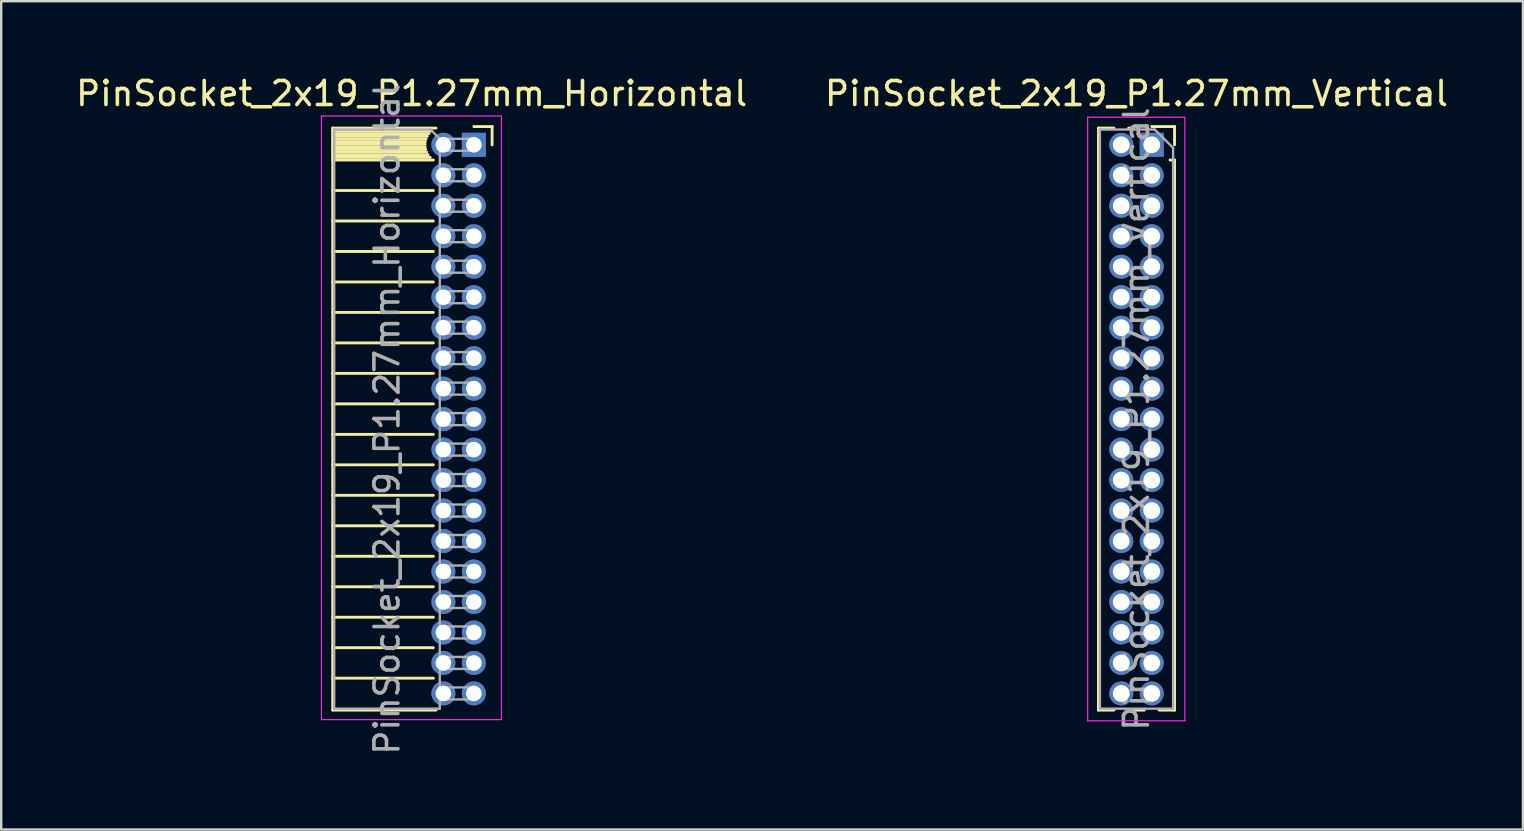
<source format=kicad_pcb>
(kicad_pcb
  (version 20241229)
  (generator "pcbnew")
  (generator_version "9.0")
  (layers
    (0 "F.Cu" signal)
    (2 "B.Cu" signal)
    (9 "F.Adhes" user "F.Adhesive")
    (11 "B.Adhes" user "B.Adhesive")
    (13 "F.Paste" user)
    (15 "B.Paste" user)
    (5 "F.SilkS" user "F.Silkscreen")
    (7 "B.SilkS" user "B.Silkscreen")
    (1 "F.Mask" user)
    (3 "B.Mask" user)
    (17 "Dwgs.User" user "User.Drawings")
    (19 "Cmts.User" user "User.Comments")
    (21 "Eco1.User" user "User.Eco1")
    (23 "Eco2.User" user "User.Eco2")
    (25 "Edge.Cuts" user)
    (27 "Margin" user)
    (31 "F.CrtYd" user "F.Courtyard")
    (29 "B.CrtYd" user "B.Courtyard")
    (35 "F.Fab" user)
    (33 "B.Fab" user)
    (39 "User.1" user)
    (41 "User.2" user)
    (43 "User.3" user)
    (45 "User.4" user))
  (footprint "PinSocket_2x19_P1.27mm_Vertical"
    (layer "F.Cu")
    (at 44.939 2.983)
    (property "Reference" "PinSocket_2x19_P1.27mm_Vertical" (at -0.635 -2.135 0) (layer "F.SilkS") (effects (font (size 1 1) (thickness 0.15))))
    (attr through_hole)
    (fp_line (start -2.22 -0.695) (end -2.22 23.555) (stroke (width 0.12) (type solid)) (layer "F.SilkS"))
    (fp_line (start -2.22 -0.695) (end -1.578 -0.695) (stroke (width 0.12) (type solid)) (layer "F.SilkS"))
    (fp_line (start -2.22 23.555) (end -1.578 23.555) (stroke (width 0.12) (type solid)) (layer "F.SilkS"))
    (fp_line (start -0.962 -0.695) (end -0.76 -0.695) (stroke (width 0.12) (type solid)) (layer "F.SilkS"))
    (fp_line (start -0.962 23.555) (end -0.308 23.555) (stroke (width 0.12) (type solid)) (layer "F.SilkS"))
    (fp_line (start 0 -0.76) (end 0.95 -0.76) (stroke (width 0.12) (type solid)) (layer "F.SilkS"))
    (fp_line (start 0.308 23.555) (end 0.95 23.555) (stroke (width 0.12) (type solid)) (layer "F.SilkS"))
    (fp_line (start 0.76 0.635) (end 0.95 0.635) (stroke (width 0.12) (type solid)) (layer "F.SilkS"))
    (fp_line (start 0.95 -0.76) (end 0.95 0) (stroke (width 0.12) (type solid)) (layer "F.SilkS"))
    (fp_line (start 0.95 0.635) (end 0.95 23.555) (stroke (width 0.12) (type solid)) (layer "F.SilkS"))
    (fp_line (start -2.67 -1.15) (end 1.38 -1.15) (stroke (width 0.05) (type solid)) (layer "F.CrtYd"))
    (fp_line (start -2.67 24) (end -2.67 -1.15) (stroke (width 0.05) (type solid)) (layer "F.CrtYd"))
    (fp_line (start 1.38 -1.15) (end 1.38 24) (stroke (width 0.05) (type solid)) (layer "F.CrtYd"))
    (fp_line (start 1.38 24) (end -2.67 24) (stroke (width 0.05) (type solid)) (layer "F.CrtYd"))
    (fp_line (start -2.16 -0.635) (end 0.128 -0.635) (stroke (width 0.1) (type solid)) (layer "F.Fab"))
    (fp_line (start -2.16 23.495) (end -2.16 -0.635) (stroke (width 0.1) (type solid)) (layer "F.Fab"))
    (fp_line (start 0.128 -0.635) (end 0.89 0.128) (stroke (width 0.1) (type solid)) (layer "F.Fab"))
    (fp_line (start 0.89 0.128) (end 0.89 23.495) (stroke (width 0.1) (type solid)) (layer "F.Fab"))
    (fp_line (start 0.89 23.495) (end -2.16 23.495) (stroke (width 0.1) (type solid)) (layer "F.Fab"))
    (fp_text user "${REFERENCE}" (at -0.635 11.43 90) (layer "F.Fab") (effects (font (size 1 1) (thickness 0.15))))
    (pad "1" thru_hole rect (at 0 0) (size 1 1) (drill 0.7) (layers "*.Cu" "*.Mask"))
    (pad "2" thru_hole oval (at -1.27 0) (size 1 1) (drill 0.7) (layers "*.Cu" "*.Mask"))
    (pad "3" thru_hole oval (at 0 1.27) (size 1 1) (drill 0.7) (layers "*.Cu" "*.Mask"))
    (pad "4" thru_hole oval (at -1.27 1.27) (size 1 1) (drill 0.7) (layers "*.Cu" "*.Mask"))
    (pad "5" thru_hole oval (at 0 2.54) (size 1 1) (drill 0.7) (layers "*.Cu" "*.Mask"))
    (pad "6" thru_hole oval (at -1.27 2.54) (size 1 1) (drill 0.7) (layers "*.Cu" "*.Mask"))
    (pad "7" thru_hole oval (at 0 3.81) (size 1 1) (drill 0.7) (layers "*.Cu" "*.Mask"))
    (pad "8" thru_hole oval (at -1.27 3.81) (size 1 1) (drill 0.7) (layers "*.Cu" "*.Mask"))
    (pad "9" thru_hole oval (at 0 5.08) (size 1 1) (drill 0.7) (layers "*.Cu" "*.Mask"))
    (pad "10" thru_hole oval (at -1.27 5.08) (size 1 1) (drill 0.7) (layers "*.Cu" "*.Mask"))
    (pad "11" thru_hole oval (at 0 6.35) (size 1 1) (drill 0.7) (layers "*.Cu" "*.Mask"))
    (pad "12" thru_hole oval (at -1.27 6.35) (size 1 1) (drill 0.7) (layers "*.Cu" "*.Mask"))
    (pad "13" thru_hole oval (at 0 7.62) (size 1 1) (drill 0.7) (layers "*.Cu" "*.Mask"))
    (pad "14" thru_hole oval (at -1.27 7.62) (size 1 1) (drill 0.7) (layers "*.Cu" "*.Mask"))
    (pad "15" thru_hole oval (at 0 8.89) (size 1 1) (drill 0.7) (layers "*.Cu" "*.Mask"))
    (pad "16" thru_hole oval (at -1.27 8.89) (size 1 1) (drill 0.7) (layers "*.Cu" "*.Mask"))
    (pad "17" thru_hole oval (at 0 10.16) (size 1 1) (drill 0.7) (layers "*.Cu" "*.Mask"))
    (pad "18" thru_hole oval (at -1.27 10.16) (size 1 1) (drill 0.7) (layers "*.Cu" "*.Mask"))
    (pad "19" thru_hole oval (at 0 11.43) (size 1 1) (drill 0.7) (layers "*.Cu" "*.Mask"))
    (pad "20" thru_hole oval (at -1.27 11.43) (size 1 1) (drill 0.7) (layers "*.Cu" "*.Mask"))
    (pad "21" thru_hole oval (at 0 12.7) (size 1 1) (drill 0.7) (layers "*.Cu" "*.Mask"))
    (pad "22" thru_hole oval (at -1.27 12.7) (size 1 1) (drill 0.7) (layers "*.Cu" "*.Mask"))
    (pad "23" thru_hole oval (at 0 13.97) (size 1 1) (drill 0.7) (layers "*.Cu" "*.Mask"))
    (pad "24" thru_hole oval (at -1.27 13.97) (size 1 1) (drill 0.7) (layers "*.Cu" "*.Mask"))
    (pad "25" thru_hole oval (at 0 15.24) (size 1 1) (drill 0.7) (layers "*.Cu" "*.Mask"))
    (pad "26" thru_hole oval (at -1.27 15.24) (size 1 1) (drill 0.7) (layers "*.Cu" "*.Mask"))
    (pad "27" thru_hole oval (at 0 16.51) (size 1 1) (drill 0.7) (layers "*.Cu" "*.Mask"))
    (pad "28" thru_hole oval (at -1.27 16.51) (size 1 1) (drill 0.7) (layers "*.Cu" "*.Mask"))
    (pad "29" thru_hole oval (at 0 17.78) (size 1 1) (drill 0.7) (layers "*.Cu" "*.Mask"))
    (pad "30" thru_hole oval (at -1.27 17.78) (size 1 1) (drill 0.7) (layers "*.Cu" "*.Mask"))
    (pad "31" thru_hole oval (at 0 19.05) (size 1 1) (drill 0.7) (layers "*.Cu" "*.Mask"))
    (pad "32" thru_hole oval (at -1.27 19.05) (size 1 1) (drill 0.7) (layers "*.Cu" "*.Mask"))
    (pad "33" thru_hole oval (at 0 20.32) (size 1 1) (drill 0.7) (layers "*.Cu" "*.Mask"))
    (pad "34" thru_hole oval (at -1.27 20.32) (size 1 1) (drill 0.7) (layers "*.Cu" "*.Mask"))
    (pad "35" thru_hole oval (at 0 21.59) (size 1 1) (drill 0.7) (layers "*.Cu" "*.Mask"))
    (pad "36" thru_hole oval (at -1.27 21.59) (size 1 1) (drill 0.7) (layers "*.Cu" "*.Mask"))
    (pad "37" thru_hole oval (at 0 22.86) (size 1 1) (drill 0.7) (layers "*.Cu" "*.Mask"))
    (pad "38" thru_hole oval (at -1.27 22.86) (size 1 1) (drill 0.7) (layers "*.Cu" "*.Mask")))
  (footprint "PinSocket_2x19_P1.27mm_Horizontal"
    (layer "F.Cu")
    (at 16.694 2.983)
    (property "Reference" "PinSocket_2x19_P1.27mm_Horizontal" (at -2.592 -2.135 0) (layer "F.SilkS") (effects (font (size 1 1) (thickness 0.15))))
    (attr through_hole)
    (fp_line (start -5.88 -0.695) (end -5.88 23.555) (stroke (width 0.12) (type solid)) (layer "F.SilkS"))
    (fp_line (start -5.88 -0.695) (end -1.578 -0.695) (stroke (width 0.12) (type solid)) (layer "F.SilkS"))
    (fp_line (start -5.88 -0.575) (end -1.767 -0.575) (stroke (width 0.12) (type solid)) (layer "F.SilkS"))
    (fp_line (start -5.88 -0.465) (end -1.871 -0.465) (stroke (width 0.12) (type solid)) (layer "F.SilkS"))
    (fp_line (start -5.88 -0.355) (end -1.942 -0.355) (stroke (width 0.12) (type solid)) (layer "F.SilkS"))
    (fp_line (start -5.88 -0.245) (end -1.989 -0.245) (stroke (width 0.12) (type solid)) (layer "F.SilkS"))
    (fp_line (start -5.88 -0.135) (end -2.018 -0.135) (stroke (width 0.12) (type solid)) (layer "F.SilkS"))
    (fp_line (start -5.88 -0.025) (end -2.03 -0.025) (stroke (width 0.12) (type solid)) (layer "F.SilkS"))
    (fp_line (start -5.88 0.085) (end -2.025 0.085) (stroke (width 0.12) (type solid)) (layer "F.SilkS"))
    (fp_line (start -5.88 0.195) (end -2.005 0.195) (stroke (width 0.12) (type solid)) (layer "F.SilkS"))
    (fp_line (start -5.88 0.305) (end -1.966 0.305) (stroke (width 0.12) (type solid)) (layer "F.SilkS"))
    (fp_line (start -5.88 0.415) (end -1.907 0.415) (stroke (width 0.12) (type solid)) (layer "F.SilkS"))
    (fp_line (start -5.88 0.525) (end -1.82 0.525) (stroke (width 0.12) (type solid)) (layer "F.SilkS"))
    (fp_line (start -5.88 0.635) (end -1.688 0.635) (stroke (width 0.12) (type solid)) (layer "F.SilkS"))
    (fp_line (start -5.88 1.905) (end -1.688 1.905) (stroke (width 0.12) (type solid)) (layer "F.SilkS"))
    (fp_line (start -5.88 3.175) (end -1.688 3.175) (stroke (width 0.12) (type solid)) (layer "F.SilkS"))
    (fp_line (start -5.88 4.445) (end -1.688 4.445) (stroke (width 0.12) (type solid)) (layer "F.SilkS"))
    (fp_line (start -5.88 5.715) (end -1.688 5.715) (stroke (width 0.12) (type solid)) (layer "F.SilkS"))
    (fp_line (start -5.88 6.985) (end -1.688 6.985) (stroke (width 0.12) (type solid)) (layer "F.SilkS"))
    (fp_line (start -5.88 8.255) (end -1.688 8.255) (stroke (width 0.12) (type solid)) (layer "F.SilkS"))
    (fp_line (start -5.88 9.525) (end -1.688 9.525) (stroke (width 0.12) (type solid)) (layer "F.SilkS"))
    (fp_line (start -5.88 10.795) (end -1.688 10.795) (stroke (width 0.12) (type solid)) (layer "F.SilkS"))
    (fp_line (start -5.88 12.065) (end -1.688 12.065) (stroke (width 0.12) (type solid)) (layer "F.SilkS"))
    (fp_line (start -5.88 13.335) (end -1.688 13.335) (stroke (width 0.12) (type solid)) (layer "F.SilkS"))
    (fp_line (start -5.88 14.605) (end -1.688 14.605) (stroke (width 0.12) (type solid)) (layer "F.SilkS"))
    (fp_line (start -5.88 15.875) (end -1.688 15.875) (stroke (width 0.12) (type solid)) (layer "F.SilkS"))
    (fp_line (start -5.88 17.145) (end -1.688 17.145) (stroke (width 0.12) (type solid)) (layer "F.SilkS"))
    (fp_line (start -5.88 18.415) (end -1.688 18.415) (stroke (width 0.12) (type solid)) (layer "F.SilkS"))
    (fp_line (start -5.88 19.685) (end -1.688 19.685) (stroke (width 0.12) (type solid)) (layer "F.SilkS"))
    (fp_line (start -5.88 20.955) (end -1.688 20.955) (stroke (width 0.12) (type solid)) (layer "F.SilkS"))
    (fp_line (start -5.88 22.225) (end -1.688 22.225) (stroke (width 0.12) (type solid)) (layer "F.SilkS"))
    (fp_line (start -5.88 23.555) (end -1.578 23.555) (stroke (width 0.12) (type solid)) (layer "F.SilkS"))
    (fp_line (start 0 -0.76) (end 0.76 -0.76) (stroke (width 0.12) (type solid)) (layer "F.SilkS"))
    (fp_line (start 0.76 -0.76) (end 0.76 0) (stroke (width 0.12) (type solid)) (layer "F.SilkS"))
    (fp_line (start -6.35 -1.2) (end -6.35 23.95) (stroke (width 0.05) (type solid)) (layer "F.CrtYd"))
    (fp_line (start -6.35 23.95) (end 1.15 23.95) (stroke (width 0.05) (type solid)) (layer "F.CrtYd"))
    (fp_line (start 1.15 -1.2) (end -6.35 -1.2) (stroke (width 0.05) (type solid)) (layer "F.CrtYd"))
    (fp_line (start 1.15 23.95) (end 1.15 -1.2) (stroke (width 0.05) (type solid)) (layer "F.CrtYd"))
    (fp_line (start -5.82 -0.635) (end -1.805 -0.635) (stroke (width 0.1) (type solid)) (layer "F.Fab"))
    (fp_line (start -5.82 23.495) (end -5.82 -0.635) (stroke (width 0.1) (type solid)) (layer "F.Fab"))
    (fp_line (start -1.805 -0.635) (end -1.42 -0.25) (stroke (width 0.1) (type solid)) (layer "F.Fab"))
    (fp_line (start -1.42 -0.25) (end -1.42 23.495) (stroke (width 0.1) (type solid)) (layer "F.Fab"))
    (fp_line (start -1.42 0.25) (end 0 0.25) (stroke (width 0.1) (type solid)) (layer "F.Fab"))
    (fp_line (start -1.42 1.52) (end 0 1.52) (stroke (width 0.1) (type solid)) (layer "F.Fab"))
    (fp_line (start -1.42 2.79) (end 0 2.79) (stroke (width 0.1) (type solid)) (layer "F.Fab"))
    (fp_line (start -1.42 4.06) (end 0 4.06) (stroke (width 0.1) (type solid)) (layer "F.Fab"))
    (fp_line (start -1.42 5.33) (end 0 5.33) (stroke (width 0.1) (type solid)) (layer "F.Fab"))
    (fp_line (start -1.42 6.6) (end 0 6.6) (stroke (width 0.1) (type solid)) (layer "F.Fab"))
    (fp_line (start -1.42 7.87) (end 0 7.87) (stroke (width 0.1) (type solid)) (layer "F.Fab"))
    (fp_line (start -1.42 9.14) (end 0 9.14) (stroke (width 0.1) (type solid)) (layer "F.Fab"))
    (fp_line (start -1.42 10.41) (end 0 10.41) (stroke (width 0.1) (type solid)) (layer "F.Fab"))
    (fp_line (start -1.42 11.68) (end 0 11.68) (stroke (width 0.1) (type solid)) (layer "F.Fab"))
    (fp_line (start -1.42 12.95) (end 0 12.95) (stroke (width 0.1) (type solid)) (layer "F.Fab"))
    (fp_line (start -1.42 14.22) (end 0 14.22) (stroke (width 0.1) (type solid)) (layer "F.Fab"))
    (fp_line (start -1.42 15.49) (end 0 15.49) (stroke (width 0.1) (type solid)) (layer "F.Fab"))
    (fp_line (start -1.42 16.76) (end 0 16.76) (stroke (width 0.1) (type solid)) (layer "F.Fab"))
    (fp_line (start -1.42 18.03) (end 0 18.03) (stroke (width 0.1) (type solid)) (layer "F.Fab"))
    (fp_line (start -1.42 19.3) (end 0 19.3) (stroke (width 0.1) (type solid)) (layer "F.Fab"))
    (fp_line (start -1.42 20.57) (end 0 20.57) (stroke (width 0.1) (type solid)) (layer "F.Fab"))
    (fp_line (start -1.42 21.84) (end 0 21.84) (stroke (width 0.1) (type solid)) (layer "F.Fab"))
    (fp_line (start -1.42 23.11) (end 0 23.11) (stroke (width 0.1) (type solid)) (layer "F.Fab"))
    (fp_line (start -1.42 23.495) (end -5.82 23.495) (stroke (width 0.1) (type solid)) (layer "F.Fab"))
    (fp_line (start 0 -0.25) (end -1.42 -0.25) (stroke (width 0.1) (type solid)) (layer "F.Fab"))
    (fp_line (start 0 0.25) (end 0 -0.25) (stroke (width 0.1) (type solid)) (layer "F.Fab"))
    (fp_line (start 0 1.02) (end -1.42 1.02) (stroke (width 0.1) (type solid)) (layer "F.Fab"))
    (fp_line (start 0 1.52) (end 0 1.02) (stroke (width 0.1) (type solid)) (layer "F.Fab"))
    (fp_line (start 0 2.29) (end -1.42 2.29) (stroke (width 0.1) (type solid)) (layer "F.Fab"))
    (fp_line (start 0 2.79) (end 0 2.29) (stroke (width 0.1) (type solid)) (layer "F.Fab"))
    (fp_line (start 0 3.56) (end -1.42 3.56) (stroke (width 0.1) (type solid)) (layer "F.Fab"))
    (fp_line (start 0 4.06) (end 0 3.56) (stroke (width 0.1) (type solid)) (layer "F.Fab"))
    (fp_line (start 0 4.83) (end -1.42 4.83) (stroke (width 0.1) (type solid)) (layer "F.Fab"))
    (fp_line (start 0 5.33) (end 0 4.83) (stroke (width 0.1) (type solid)) (layer "F.Fab"))
    (fp_line (start 0 6.1) (end -1.42 6.1) (stroke (width 0.1) (type solid)) (layer "F.Fab"))
    (fp_line (start 0 6.6) (end 0 6.1) (stroke (width 0.1) (type solid)) (layer "F.Fab"))
    (fp_line (start 0 7.37) (end -1.42 7.37) (stroke (width 0.1) (type solid)) (layer "F.Fab"))
    (fp_line (start 0 7.87) (end 0 7.37) (stroke (width 0.1) (type solid)) (layer "F.Fab"))
    (fp_line (start 0 8.64) (end -1.42 8.64) (stroke (width 0.1) (type solid)) (layer "F.Fab"))
    (fp_line (start 0 9.14) (end 0 8.64) (stroke (width 0.1) (type solid)) (layer "F.Fab"))
    (fp_line (start 0 9.91) (end -1.42 9.91) (stroke (width 0.1) (type solid)) (layer "F.Fab"))
    (fp_line (start 0 10.41) (end 0 9.91) (stroke (width 0.1) (type solid)) (layer "F.Fab"))
    (fp_line (start 0 11.18) (end -1.42 11.18) (stroke (width 0.1) (type solid)) (layer "F.Fab"))
    (fp_line (start 0 11.68) (end 0 11.18) (stroke (width 0.1) (type solid)) (layer "F.Fab"))
    (fp_line (start 0 12.45) (end -1.42 12.45) (stroke (width 0.1) (type solid)) (layer "F.Fab"))
    (fp_line (start 0 12.95) (end 0 12.45) (stroke (width 0.1) (type solid)) (layer "F.Fab"))
    (fp_line (start 0 13.72) (end -1.42 13.72) (stroke (width 0.1) (type solid)) (layer "F.Fab"))
    (fp_line (start 0 14.22) (end 0 13.72) (stroke (width 0.1) (type solid)) (layer "F.Fab"))
    (fp_line (start 0 14.99) (end -1.42 14.99) (stroke (width 0.1) (type solid)) (layer "F.Fab"))
    (fp_line (start 0 15.49) (end 0 14.99) (stroke (width 0.1) (type solid)) (layer "F.Fab"))
    (fp_line (start 0 16.26) (end -1.42 16.26) (stroke (width 0.1) (type solid)) (layer "F.Fab"))
    (fp_line (start 0 16.76) (end 0 16.26) (stroke (width 0.1) (type solid)) (layer "F.Fab"))
    (fp_line (start 0 17.53) (end -1.42 17.53) (stroke (width 0.1) (type solid)) (layer "F.Fab"))
    (fp_line (start 0 18.03) (end 0 17.53) (stroke (width 0.1) (type solid)) (layer "F.Fab"))
    (fp_line (start 0 18.8) (end -1.42 18.8) (stroke (width 0.1) (type solid)) (layer "F.Fab"))
    (fp_line (start 0 19.3) (end 0 18.8) (stroke (width 0.1) (type solid)) (layer "F.Fab"))
    (fp_line (start 0 20.07) (end -1.42 20.07) (stroke (width 0.1) (type solid)) (layer "F.Fab"))
    (fp_line (start 0 20.57) (end 0 20.07) (stroke (width 0.1) (type solid)) (layer "F.Fab"))
    (fp_line (start 0 21.34) (end -1.42 21.34) (stroke (width 0.1) (type solid)) (layer "F.Fab"))
    (fp_line (start 0 21.84) (end 0 21.34) (stroke (width 0.1) (type solid)) (layer "F.Fab"))
    (fp_line (start 0 22.61) (end -1.42 22.61) (stroke (width 0.1) (type solid)) (layer "F.Fab"))
    (fp_line (start 0 23.11) (end 0 22.61) (stroke (width 0.1) (type solid)) (layer "F.Fab"))
    (fp_text user "${REFERENCE}" (at -3.62 11.43 90) (layer "F.Fab") (effects (font (size 1 1) (thickness 0.15))))
    (pad "1" thru_hole rect (at 0 0) (size 1 1) (drill 0.65) (layers "*.Cu" "*.Mask"))
    (pad "2" thru_hole oval (at -1.27 0) (size 1 1) (drill 0.65) (layers "*.Cu" "*.Mask"))
    (pad "3" thru_hole oval (at 0 1.27) (size 1 1) (drill 0.65) (layers "*.Cu" "*.Mask"))
    (pad "4" thru_hole oval (at -1.27 1.27) (size 1 1) (drill 0.65) (layers "*.Cu" "*.Mask"))
    (pad "5" thru_hole oval (at 0 2.54) (size 1 1) (drill 0.65) (layers "*.Cu" "*.Mask"))
    (pad "6" thru_hole oval (at -1.27 2.54) (size 1 1) (drill 0.65) (layers "*.Cu" "*.Mask"))
    (pad "7" thru_hole oval (at 0 3.81) (size 1 1) (drill 0.65) (layers "*.Cu" "*.Mask"))
    (pad "8" thru_hole oval (at -1.27 3.81) (size 1 1) (drill 0.65) (layers "*.Cu" "*.Mask"))
    (pad "9" thru_hole oval (at 0 5.08) (size 1 1) (drill 0.65) (layers "*.Cu" "*.Mask"))
    (pad "10" thru_hole oval (at -1.27 5.08) (size 1 1) (drill 0.65) (layers "*.Cu" "*.Mask"))
    (pad "11" thru_hole oval (at 0 6.35) (size 1 1) (drill 0.65) (layers "*.Cu" "*.Mask"))
    (pad "12" thru_hole oval (at -1.27 6.35) (size 1 1) (drill 0.65) (layers "*.Cu" "*.Mask"))
    (pad "13" thru_hole oval (at 0 7.62) (size 1 1) (drill 0.65) (layers "*.Cu" "*.Mask"))
    (pad "14" thru_hole oval (at -1.27 7.62) (size 1 1) (drill 0.65) (layers "*.Cu" "*.Mask"))
    (pad "15" thru_hole oval (at 0 8.89) (size 1 1) (drill 0.65) (layers "*.Cu" "*.Mask"))
    (pad "16" thru_hole oval (at -1.27 8.89) (size 1 1) (drill 0.65) (layers "*.Cu" "*.Mask"))
    (pad "17" thru_hole oval (at 0 10.16) (size 1 1) (drill 0.65) (layers "*.Cu" "*.Mask"))
    (pad "18" thru_hole oval (at -1.27 10.16) (size 1 1) (drill 0.65) (layers "*.Cu" "*.Mask"))
    (pad "19" thru_hole oval (at 0 11.43) (size 1 1) (drill 0.65) (layers "*.Cu" "*.Mask"))
    (pad "20" thru_hole oval (at -1.27 11.43) (size 1 1) (drill 0.65) (layers "*.Cu" "*.Mask"))
    (pad "21" thru_hole oval (at 0 12.7) (size 1 1) (drill 0.65) (layers "*.Cu" "*.Mask"))
    (pad "22" thru_hole oval (at -1.27 12.7) (size 1 1) (drill 0.65) (layers "*.Cu" "*.Mask"))
    (pad "23" thru_hole oval (at 0 13.97) (size 1 1) (drill 0.65) (layers "*.Cu" "*.Mask"))
    (pad "24" thru_hole oval (at -1.27 13.97) (size 1 1) (drill 0.65) (layers "*.Cu" "*.Mask"))
    (pad "25" thru_hole oval (at 0 15.24) (size 1 1) (drill 0.65) (layers "*.Cu" "*.Mask"))
    (pad "26" thru_hole oval (at -1.27 15.24) (size 1 1) (drill 0.65) (layers "*.Cu" "*.Mask"))
    (pad "27" thru_hole oval (at 0 16.51) (size 1 1) (drill 0.65) (layers "*.Cu" "*.Mask"))
    (pad "28" thru_hole oval (at -1.27 16.51) (size 1 1) (drill 0.65) (layers "*.Cu" "*.Mask"))
    (pad "29" thru_hole oval (at 0 17.78) (size 1 1) (drill 0.65) (layers "*.Cu" "*.Mask"))
    (pad "30" thru_hole oval (at -1.27 17.78) (size 1 1) (drill 0.65) (layers "*.Cu" "*.Mask"))
    (pad "31" thru_hole oval (at 0 19.05) (size 1 1) (drill 0.65) (layers "*.Cu" "*.Mask"))
    (pad "32" thru_hole oval (at -1.27 19.05) (size 1 1) (drill 0.65) (layers "*.Cu" "*.Mask"))
    (pad "33" thru_hole oval (at 0 20.32) (size 1 1) (drill 0.65) (layers "*.Cu" "*.Mask"))
    (pad "34" thru_hole oval (at -1.27 20.32) (size 1 1) (drill 0.65) (layers "*.Cu" "*.Mask"))
    (pad "35" thru_hole oval (at 0 21.59) (size 1 1) (drill 0.65) (layers "*.Cu" "*.Mask"))
    (pad "36" thru_hole oval (at -1.27 21.59) (size 1 1) (drill 0.65) (layers "*.Cu" "*.Mask"))
    (pad "37" thru_hole oval (at 0 22.86) (size 1 1) (drill 0.65) (layers "*.Cu" "*.Mask"))
    (pad "38" thru_hole oval (at -1.27 22.86) (size 1 1) (drill 0.65) (layers "*.Cu" "*.Mask")))
  (gr_rect
    (start -3 -3)
    (end 60.405 31.514)
    (stroke (width 0.1) (type default))
    (fill no)
    (layer "Edge.Cuts")))
</source>
